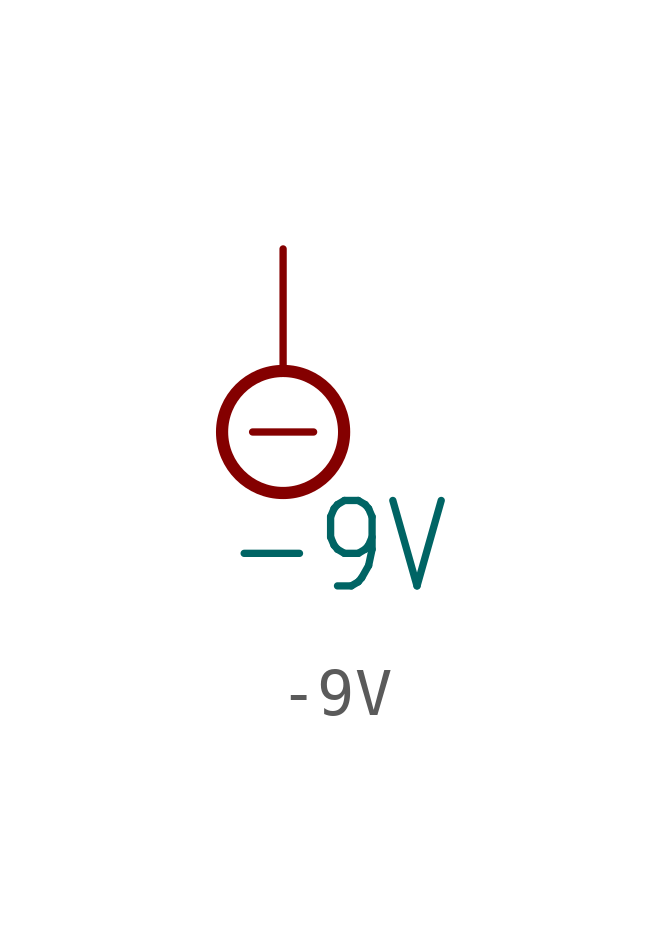
<source format=kicad_sym>
(kicad_symbol_lib
  (version 20211014)
  (generator kicad_symbol_editor)
  (symbol "-9V"
    (power)
    (property "Reference" "#SUPPLY"
      (at 0 0 0)
      (effects (font (size 1.27 1.27)) hide))
    (property "Value" "-9V"
      (at -1.27 -4.699 0)
      (effects (font (size 1.778 1.511)) (justify left bottom)))
    (property "ki_locked" ""
      (at 0 0 0)
      (effects (font (size 1.27 1.27))))
    (symbol "-9V_1_0"
      (circle (center 0 -1.27) (radius 1.27) (stroke (width 0.254) (type default) (color 0 0 0 0)) (fill (type none)))
      (polyline (pts (xy -0.635 -1.27) (xy 0.635 -1.27)) (stroke (width 0.152) (type default) (color 0 0 0 0)) (fill (type none)))
      (pin power_in line (at 0 2.54 270) (length 2.54) (name "-9V" (effects (font (size 0 0)))) (number "1" (effects (font (size 0 0))))))))
</source>
